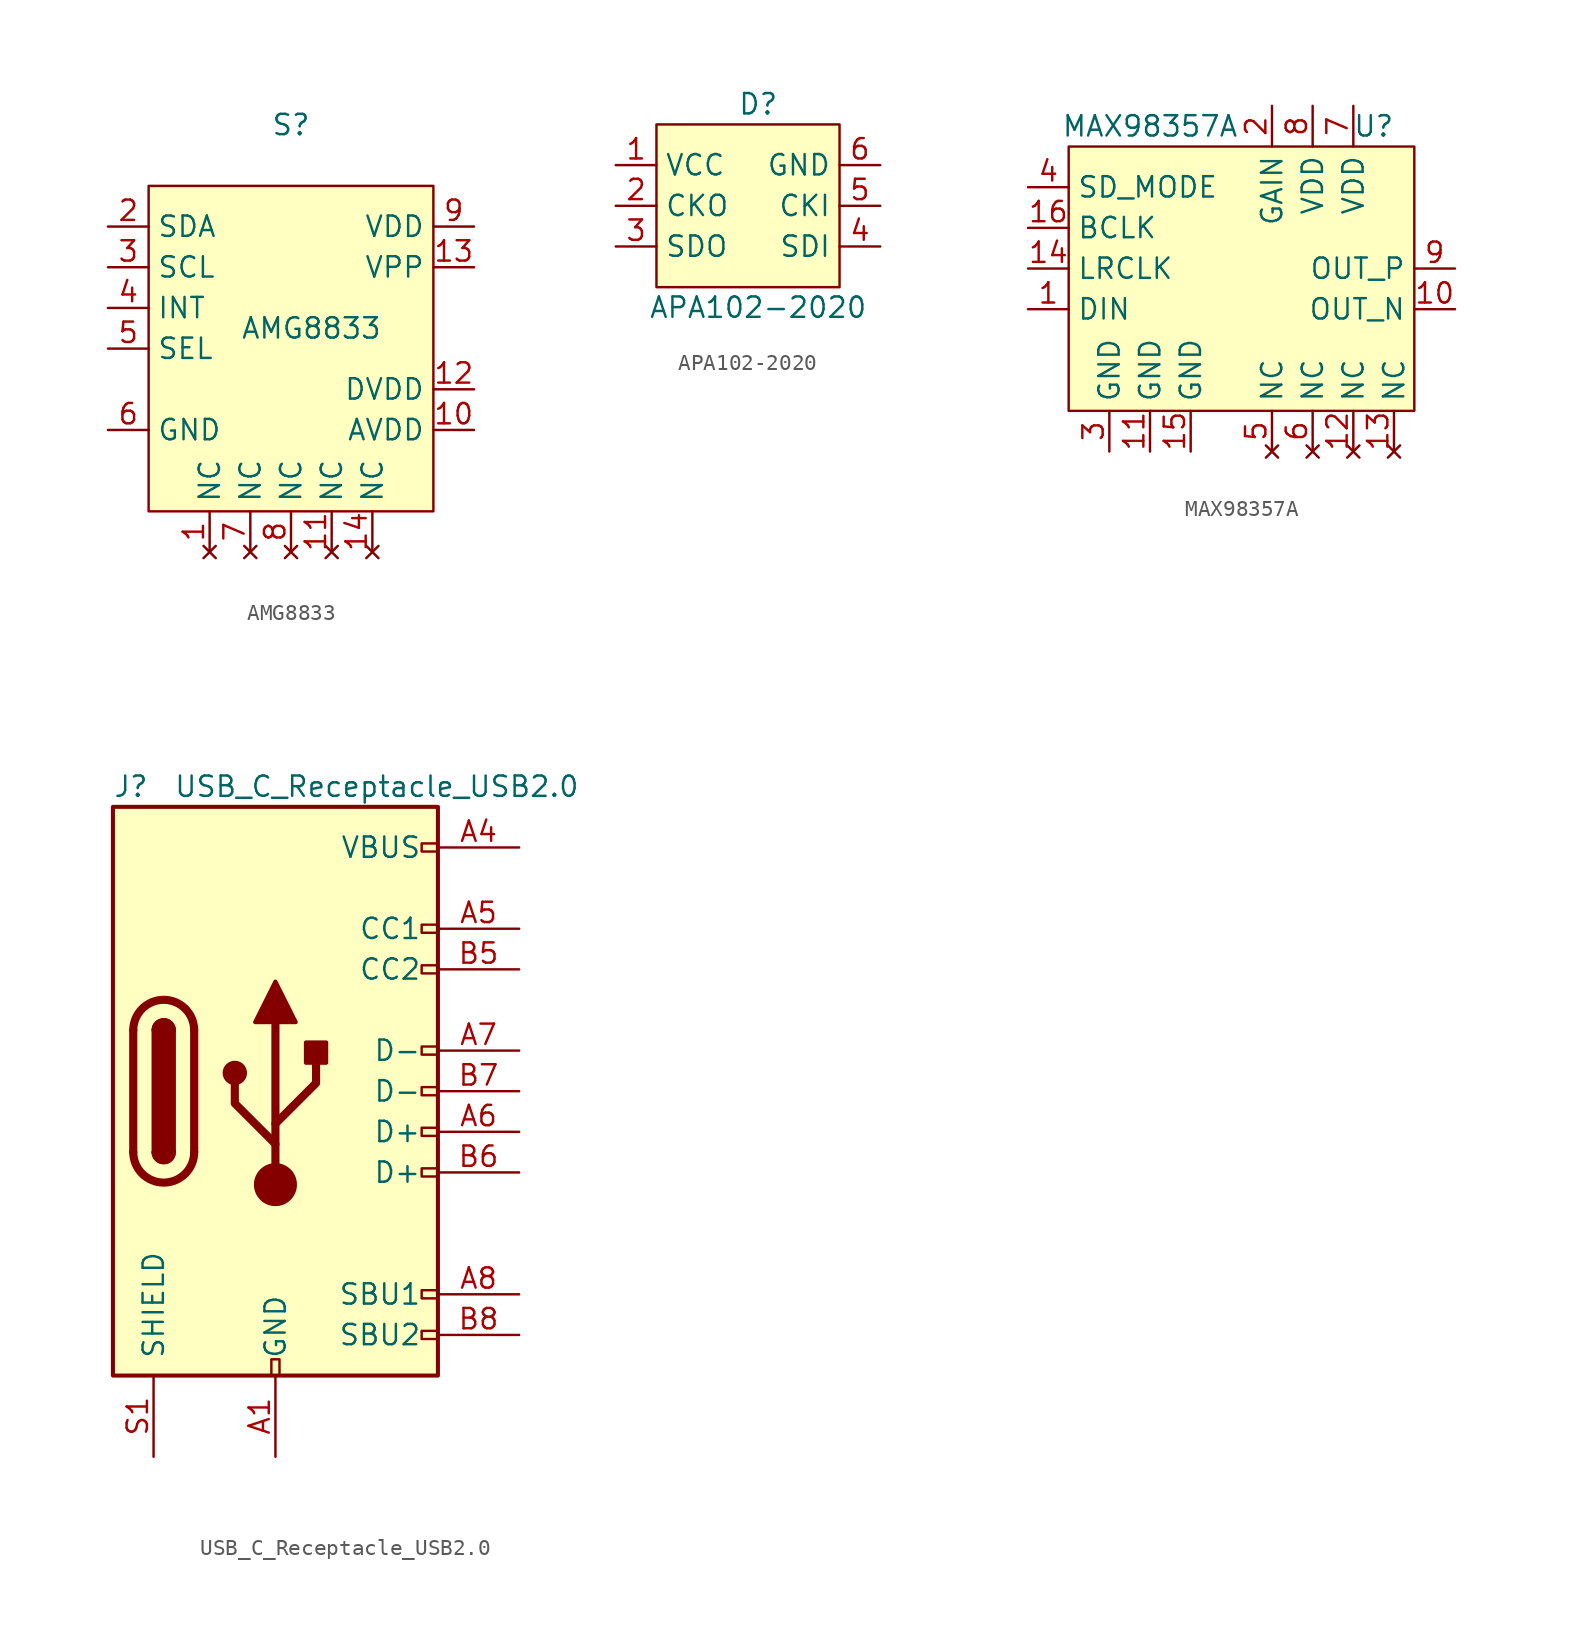
<source format=kicad_sym>
(kicad_symbol_lib
  (version 20220914)
  (generator kicad_symbol_editor)
  (symbol "AMG8833"
    (property "Reference" "S"
      (at 0 13.97 0)
      (effects (font (size 1.27 1.27))))
    (property "Value" "AMG8833"
      (at 1.27 1.27 0)
      (effects (font (size 1.27 1.27))))
    (symbol "AMG8833_0_0"
      (pin no_connect line (at -5.08 -12.7 90) (length 2.54) (name "NC" (effects (font (size 1.27 1.27)))) (number "1" (effects (font (size 1.27 1.27)))))
      (pin unspecified line (at 11.43 -5.08 180) (length 2.54) (name "AVDD" (effects (font (size 1.27 1.27)))) (number "10" (effects (font (size 1.27 1.27)))))
      (pin no_connect line (at 2.54 -12.7 90) (length 2.54) (name "NC" (effects (font (size 1.27 1.27)))) (number "11" (effects (font (size 1.27 1.27)))))
      (pin unspecified line (at 11.43 -2.54 180) (length 2.54) (name "DVDD" (effects (font (size 1.27 1.27)))) (number "12" (effects (font (size 1.27 1.27)))))
      (pin unspecified line (at 11.43 5.08 180) (length 2.54) (name "VPP" (effects (font (size 1.27 1.27)))) (number "13" (effects (font (size 1.27 1.27)))))
      (pin no_connect line (at 5.08 -12.7 90) (length 2.54) (name "NC" (effects (font (size 1.27 1.27)))) (number "14" (effects (font (size 1.27 1.27)))))
      (pin unspecified line (at -11.43 7.62 0) (length 2.54) (name "SDA" (effects (font (size 1.27 1.27)))) (number "2" (effects (font (size 1.27 1.27)))))
      (pin unspecified line (at -11.43 5.08 0) (length 2.54) (name "SCL" (effects (font (size 1.27 1.27)))) (number "3" (effects (font (size 1.27 1.27)))))
      (pin unspecified line (at -11.43 2.54 0) (length 2.54) (name "INT" (effects (font (size 1.27 1.27)))) (number "4" (effects (font (size 1.27 1.27)))))
      (pin unspecified line (at -11.43 0 0) (length 2.54) (name "SEL" (effects (font (size 1.27 1.27)))) (number "5" (effects (font (size 1.27 1.27)))))
      (pin unspecified line (at -11.43 -5.08 0) (length 2.54) (name "GND" (effects (font (size 1.27 1.27)))) (number "6" (effects (font (size 1.27 1.27)))))
      (pin no_connect line (at -2.54 -12.7 90) (length 2.54) (name "NC" (effects (font (size 1.27 1.27)))) (number "7" (effects (font (size 1.27 1.27)))))
      (pin no_connect line (at 0 -12.7 90) (length 2.54) (name "NC" (effects (font (size 1.27 1.27)))) (number "8" (effects (font (size 1.27 1.27)))))
      (pin unspecified line (at 11.43 7.62 180) (length 2.54) (name "VDD" (effects (font (size 1.27 1.27)))) (number "9" (effects (font (size 1.27 1.27))))))
    (symbol "AMG8833_0_1"
      (rectangle (start -8.89 10.16) (end 8.89 -10.16) (stroke (width 0) (type default)) (fill (type background)))))
  (symbol "APA102-2020"
    (property "Reference" "D"
      (at 0 6.35 0)
      (effects (font (size 1.27 1.27))))
    (property "Value" "APA102-2020"
      (at 0 -6.35 0)
      (effects (font (size 1.27 1.27))))
    (symbol "APA102-2020_0_0"
      (pin unspecified line (at -8.89 2.54 0) (length 2.54) (name "VCC" (effects (font (size 1.27 1.27)))) (number "1" (effects (font (size 1.27 1.27)))))
      (pin unspecified line (at -8.89 0 0) (length 2.54) (name "CKO" (effects (font (size 1.27 1.27)))) (number "2" (effects (font (size 1.27 1.27)))))
      (pin unspecified line (at -8.89 -2.54 0) (length 2.54) (name "SDO" (effects (font (size 1.27 1.27)))) (number "3" (effects (font (size 1.27 1.27)))))
      (pin unspecified line (at 7.62 -2.54 180) (length 2.54) (name "SDI" (effects (font (size 1.27 1.27)))) (number "4" (effects (font (size 1.27 1.27)))))
      (pin unspecified line (at 7.62 0 180) (length 2.54) (name "CKI" (effects (font (size 1.27 1.27)))) (number "5" (effects (font (size 1.27 1.27)))))
      (pin unspecified line (at 7.62 2.54 180) (length 2.54) (name "GND" (effects (font (size 1.27 1.27)))) (number "6" (effects (font (size 1.27 1.27))))))
    (symbol "APA102-2020_0_1"
      (rectangle (start -6.35 5.08) (end 5.08 -5.08) (stroke (width 0) (type default)) (fill (type background)))))
  (symbol "MAX98357A"
    (property "Reference" "U"
      (at 6.35 0 0)
      (effects (font (size 1.27 1.27))))
    (property "Value" "MAX98357A"
      (at -7.62 0 0)
      (effects (font (size 1.27 1.27))))
    (symbol "MAX98357A_0_0"
      (pin unspecified line (at -15.24 -11.43 0) (length 2.54) (name "DIN" (effects (font (size 1.27 1.27)))) (number "1" (effects (font (size 1.27 1.27)))))
      (pin unspecified line (at 11.43 -11.43 180) (length 2.54) (name "OUT_N" (effects (font (size 1.27 1.27)))) (number "10" (effects (font (size 1.27 1.27)))))
      (pin unspecified line (at -7.62 -20.32 90) (length 2.54) (name "GND" (effects (font (size 1.27 1.27)))) (number "11" (effects (font (size 1.27 1.27)))))
      (pin no_connect line (at 5.08 -20.32 90) (length 2.54) (name "NC" (effects (font (size 1.27 1.27)))) (number "12" (effects (font (size 1.27 1.27)))))
      (pin no_connect line (at 7.62 -20.32 90) (length 2.54) (name "NC" (effects (font (size 1.27 1.27)))) (number "13" (effects (font (size 1.27 1.27)))))
      (pin unspecified line (at -15.24 -8.89 0) (length 2.54) (name "LRCLK" (effects (font (size 1.27 1.27)))) (number "14" (effects (font (size 1.27 1.27)))))
      (pin unspecified line (at -5.08 -20.32 90) (length 2.54) (name "GND" (effects (font (size 1.27 1.27)))) (number "15" (effects (font (size 1.27 1.27)))))
      (pin unspecified line (at -15.24 -6.35 0) (length 2.54) (name "BCLK" (effects (font (size 1.27 1.27)))) (number "16" (effects (font (size 1.27 1.27)))))
      (pin unspecified line (at 0 1.27 270) (length 2.54) (name "GAIN" (effects (font (size 1.27 1.27)))) (number "2" (effects (font (size 1.27 1.27)))))
      (pin unspecified line (at -10.16 -20.32 90) (length 2.54) (name "GND" (effects (font (size 1.27 1.27)))) (number "3" (effects (font (size 1.27 1.27)))))
      (pin unspecified line (at -15.24 -3.81 0) (length 2.54) (name "SD_MODE" (effects (font (size 1.27 1.27)))) (number "4" (effects (font (size 1.27 1.27)))))
      (pin no_connect line (at 0 -20.32 90) (length 2.54) (name "NC" (effects (font (size 1.27 1.27)))) (number "5" (effects (font (size 1.27 1.27)))))
      (pin no_connect line (at 2.54 -20.32 90) (length 2.54) (name "NC" (effects (font (size 1.27 1.27)))) (number "6" (effects (font (size 1.27 1.27)))))
      (pin unspecified line (at 5.08 1.27 270) (length 2.54) (name "VDD" (effects (font (size 1.27 1.27)))) (number "7" (effects (font (size 1.27 1.27)))))
      (pin unspecified line (at 2.54 1.27 270) (length 2.54) (name "VDD" (effects (font (size 1.27 1.27)))) (number "8" (effects (font (size 1.27 1.27)))))
      (pin unspecified line (at 11.43 -8.89 180) (length 2.54) (name "OUT_P" (effects (font (size 1.27 1.27)))) (number "9" (effects (font (size 1.27 1.27))))))
    (symbol "MAX98357A_0_1"
      (rectangle (start -12.7 -1.27) (end 8.89 -17.78) (stroke (width 0) (type default)) (fill (type background)))))
  (symbol "USB_C_Receptacle_USB2.0"
    (pin_names
      (offset 1.016))
    (property "Reference" "J"
      (at -10.16 19.05 0)
      (effects (font (size 1.27 1.27)) (justify left)))
    (property "Value" "USB_C_Receptacle_USB2.0"
      (at 19.05 19.05 0)
      (effects (font (size 1.27 1.27)) (justify right)))
    (symbol "USB_C_Receptacle_USB2.0_0_0"
      (rectangle (start -0.254 -17.78) (end 0.254 -16.764) (stroke (width 0) (type default)) (fill (type none)))
      (rectangle (start 10.16 -14.986) (end 9.144 -15.494) (stroke (width 0) (type default)) (fill (type none)))
      (rectangle (start 10.16 -12.446) (end 9.144 -12.954) (stroke (width 0) (type default)) (fill (type none)))
      (rectangle (start 10.16 -4.826) (end 9.144 -5.334) (stroke (width 0) (type default)) (fill (type none)))
      (rectangle (start 10.16 -2.286) (end 9.144 -2.794) (stroke (width 0) (type default)) (fill (type none)))
      (rectangle (start 10.16 0.254) (end 9.144 -0.254) (stroke (width 0) (type default)) (fill (type none)))
      (rectangle (start 10.16 2.794) (end 9.144 2.286) (stroke (width 0) (type default)) (fill (type none)))
      (rectangle (start 10.16 7.874) (end 9.144 7.366) (stroke (width 0) (type default)) (fill (type none)))
      (rectangle (start 10.16 10.414) (end 9.144 9.906) (stroke (width 0) (type default)) (fill (type none)))
      (rectangle (start 10.16 15.494) (end 9.144 14.986) (stroke (width 0) (type default)) (fill (type none))))
    (symbol "USB_C_Receptacle_USB2.0_0_1"
      (rectangle (start -10.16 17.78) (end 10.16 -17.78) (stroke (width 0.254) (type default)) (fill (type background)))
      (arc (start -8.89 -3.81) (mid -6.985 -5.7067) (end -5.08 -3.81) (stroke (width 0.508) (type default)) (fill (type none)))
      (arc (start -7.62 -3.81) (mid -6.985 -4.4423) (end -6.35 -3.81) (stroke (width 0.254) (type default)) (fill (type none)))
      (arc (start -7.62 -3.81) (mid -6.985 -4.4423) (end -6.35 -3.81) (stroke (width 0.254) (type default)) (fill (type outline)))
      (rectangle (start -7.62 -3.81) (end -6.35 3.81) (stroke (width 0.254) (type default)) (fill (type outline)))
      (arc (start -6.35 3.81) (mid -6.985 4.4423) (end -7.62 3.81) (stroke (width 0.254) (type default)) (fill (type none)))
      (arc (start -6.35 3.81) (mid -6.985 4.4423) (end -7.62 3.81) (stroke (width 0.254) (type default)) (fill (type outline)))
      (arc (start -5.08 3.81) (mid -6.985 5.7067) (end -8.89 3.81) (stroke (width 0.508) (type default)) (fill (type none)))
      (circle (center -2.54 1.143) (radius 0.635) (stroke (width 0.254) (type default)) (fill (type outline)))
      (circle (center 0 -5.842) (radius 1.27) (stroke (width 0) (type default)) (fill (type outline)))
      (polyline (pts (xy -8.89 -3.81) (xy -8.89 3.81)) (stroke (width 0.508) (type default)) (fill (type none)))
      (polyline (pts (xy -5.08 3.81) (xy -5.08 -3.81)) (stroke (width 0.508) (type default)) (fill (type none)))
      (polyline (pts (xy 0 -5.842) (xy 0 4.318)) (stroke (width 0.508) (type default)) (fill (type none)))
      (polyline (pts (xy 0 -3.302) (xy -2.54 -0.762) (xy -2.54 0.508)) (stroke (width 0.508) (type default)) (fill (type none)))
      (polyline (pts (xy 0 -2.032) (xy 2.54 0.508) (xy 2.54 1.778)) (stroke (width 0.508) (type default)) (fill (type none)))
      (polyline (pts (xy -1.27 4.318) (xy 0 6.858) (xy 1.27 4.318) (xy -1.27 4.318)) (stroke (width 0.254) (type default)) (fill (type outline)))
      (rectangle (start 1.905 1.778) (end 3.175 3.048) (stroke (width 0.254) (type default)) (fill (type outline))))
    (symbol "USB_C_Receptacle_USB2.0_1_1"
      (pin passive line (at 0 -22.86 90) (length 5.08) (name "GND" (effects (font (size 1.27 1.27)))) (number "A1" (effects (font (size 1.27 1.27)))))
      (pin passive line (at 0 -22.86 90) (length 5.08) hide (name "GND" (effects (font (size 1.27 1.27)))) (number "A12" (effects (font (size 1.27 1.27)))))
      (pin passive line (at 15.24 15.24 180) (length 5.08) (name "VBUS" (effects (font (size 1.27 1.27)))) (number "A4" (effects (font (size 1.27 1.27)))))
      (pin bidirectional line (at 15.24 10.16 180) (length 5.08) (name "CC1" (effects (font (size 1.27 1.27)))) (number "A5" (effects (font (size 1.27 1.27)))))
      (pin bidirectional line (at 15.24 -2.54 180) (length 5.08) (name "D+" (effects (font (size 1.27 1.27)))) (number "A6" (effects (font (size 1.27 1.27)))))
      (pin bidirectional line (at 15.24 2.54 180) (length 5.08) (name "D-" (effects (font (size 1.27 1.27)))) (number "A7" (effects (font (size 1.27 1.27)))))
      (pin bidirectional line (at 15.24 -12.7 180) (length 5.08) (name "SBU1" (effects (font (size 1.27 1.27)))) (number "A8" (effects (font (size 1.27 1.27)))))
      (pin passive line (at 15.24 15.24 180) (length 5.08) hide (name "VBUS" (effects (font (size 1.27 1.27)))) (number "A9" (effects (font (size 1.27 1.27)))))
      (pin bidirectional line (at 15.24 7.62 180) (length 5.08) (name "CC2" (effects (font (size 1.27 1.27)))) (number "B5" (effects (font (size 1.27 1.27)))))
      (pin bidirectional line (at 15.24 -5.08 180) (length 5.08) (name "D+" (effects (font (size 1.27 1.27)))) (number "B6" (effects (font (size 1.27 1.27)))))
      (pin bidirectional line (at 15.24 0 180) (length 5.08) (name "D-" (effects (font (size 1.27 1.27)))) (number "B7" (effects (font (size 1.27 1.27)))))
      (pin bidirectional line (at 15.24 -15.24 180) (length 5.08) (name "SBU2" (effects (font (size 1.27 1.27)))) (number "B8" (effects (font (size 1.27 1.27)))))
      (pin passive line (at -7.62 -22.86 90) (length 5.08) (name "SHIELD" (effects (font (size 1.27 1.27)))) (number "S1" (effects (font (size 1.27 1.27))))))))
</source>
